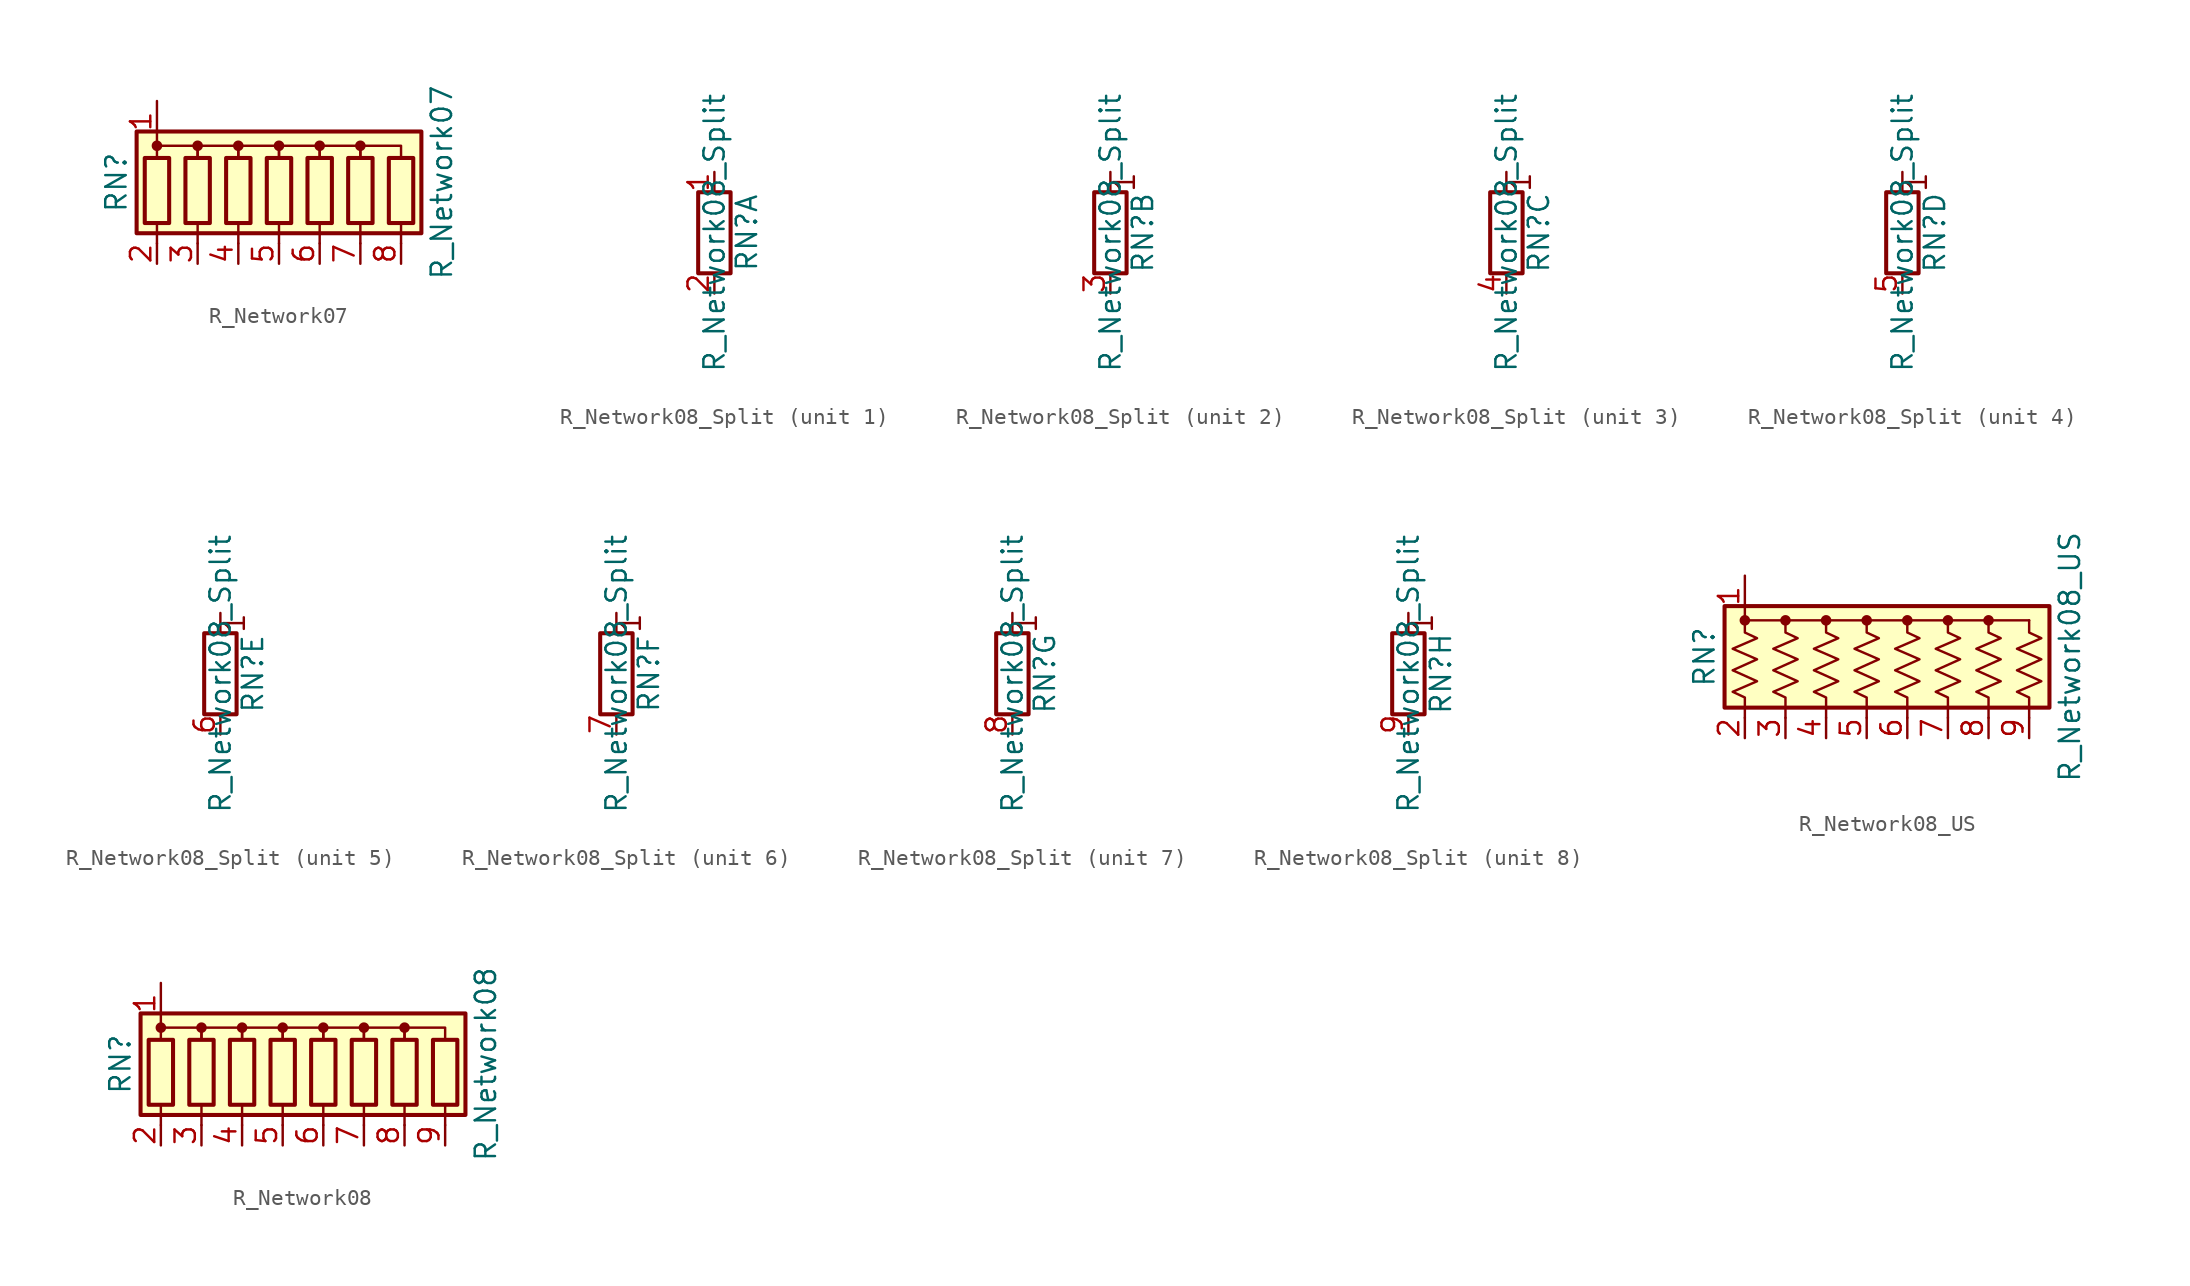
<source format=kicad_sym>
(kicad_symbol_lib
  (version 20241209)
  (generator "kicad_symbol_editor")
  (generator_version "9.0")
  (symbol "R_Network07"
    (pin_names
      (offset 0)
      (hide yes))
    (property "Reference" "RN"
      (at -10.16 0 90)
      (effects (font (size 1.27 1.27))))
    (property "Value" "R_Network07"
      (at 10.16 0 90)
      (effects (font (size 1.27 1.27))))
    (symbol "R_Network07_0_1"
      (rectangle (start -8.89 -3.175) (end 8.89 3.175) (stroke (width 0.254) (type solid)) (fill (type background)))
      (rectangle (start -8.382 1.524) (end -6.858 -2.54) (stroke (width 0.254) (type solid)) (fill (type none)))
      (circle (center -7.62 2.286) (radius 0.254) (stroke (width 0) (type solid)) (fill (type outline)))
      (polyline (pts (xy -7.62 1.524) (xy -7.62 2.286) (xy -5.08 2.286) (xy -5.08 1.524)) (stroke (width 0) (type solid)) (fill (type none)))
      (polyline (pts (xy -7.62 -2.54) (xy -7.62 -3.81)) (stroke (width 0) (type solid)) (fill (type none)))
      (rectangle (start -5.842 1.524) (end -4.318 -2.54) (stroke (width 0.254) (type solid)) (fill (type none)))
      (circle (center -5.08 2.286) (radius 0.254) (stroke (width 0) (type solid)) (fill (type outline)))
      (polyline (pts (xy -5.08 1.524) (xy -5.08 2.286) (xy -2.54 2.286) (xy -2.54 1.524)) (stroke (width 0) (type solid)) (fill (type none)))
      (polyline (pts (xy -5.08 -2.54) (xy -5.08 -3.81)) (stroke (width 0) (type solid)) (fill (type none)))
      (rectangle (start -3.302 1.524) (end -1.778 -2.54) (stroke (width 0.254) (type solid)) (fill (type none)))
      (circle (center -2.54 2.286) (radius 0.254) (stroke (width 0) (type solid)) (fill (type outline)))
      (polyline (pts (xy -2.54 1.524) (xy -2.54 2.286) (xy 0 2.286) (xy 0 1.524)) (stroke (width 0) (type solid)) (fill (type none)))
      (polyline (pts (xy -2.54 -2.54) (xy -2.54 -3.81)) (stroke (width 0) (type solid)) (fill (type none)))
      (rectangle (start -0.762 1.524) (end 0.762 -2.54) (stroke (width 0.254) (type solid)) (fill (type none)))
      (circle (center 0 2.286) (radius 0.254) (stroke (width 0) (type solid)) (fill (type outline)))
      (polyline (pts (xy 0 1.524) (xy 0 2.286) (xy 2.54 2.286) (xy 2.54 1.524)) (stroke (width 0) (type solid)) (fill (type none)))
      (polyline (pts (xy 0 -2.54) (xy 0 -3.81)) (stroke (width 0) (type solid)) (fill (type none)))
      (rectangle (start 1.778 1.524) (end 3.302 -2.54) (stroke (width 0.254) (type solid)) (fill (type none)))
      (circle (center 2.54 2.286) (radius 0.254) (stroke (width 0) (type solid)) (fill (type outline)))
      (polyline (pts (xy 2.54 1.524) (xy 2.54 2.286) (xy 5.08 2.286) (xy 5.08 1.524)) (stroke (width 0) (type solid)) (fill (type none)))
      (polyline (pts (xy 2.54 -2.54) (xy 2.54 -3.81)) (stroke (width 0) (type solid)) (fill (type none)))
      (rectangle (start 4.318 1.524) (end 5.842 -2.54) (stroke (width 0.254) (type solid)) (fill (type none)))
      (circle (center 5.08 2.286) (radius 0.254) (stroke (width 0) (type solid)) (fill (type outline)))
      (polyline (pts (xy 5.08 1.524) (xy 5.08 2.286) (xy 7.62 2.286) (xy 7.62 1.524)) (stroke (width 0) (type solid)) (fill (type none)))
      (polyline (pts (xy 5.08 -2.54) (xy 5.08 -3.81)) (stroke (width 0) (type solid)) (fill (type none)))
      (rectangle (start 6.858 1.524) (end 8.382 -2.54) (stroke (width 0.254) (type solid)) (fill (type none)))
      (polyline (pts (xy 7.62 -2.54) (xy 7.62 -3.81)) (stroke (width 0) (type solid)) (fill (type none))))
    (symbol "R_Network07_1_1"
      (pin passive line (at -7.62 5.08 270) (length 2.54) (name "common" (effects (font (size 1.27 1.27)))) (number "1" (effects (font (size 1.27 1.27)))))
      (pin passive line (at -7.62 -5.08 90) (length 1.27) (name "R1" (effects (font (size 1.27 1.27)))) (number "2" (effects (font (size 1.27 1.27)))))
      (pin passive line (at -5.08 -5.08 90) (length 1.27) (name "R2" (effects (font (size 1.27 1.27)))) (number "3" (effects (font (size 1.27 1.27)))))
      (pin passive line (at -2.54 -5.08 90) (length 1.27) (name "R3" (effects (font (size 1.27 1.27)))) (number "4" (effects (font (size 1.27 1.27)))))
      (pin passive line (at 0 -5.08 90) (length 1.27) (name "R4" (effects (font (size 1.27 1.27)))) (number "5" (effects (font (size 1.27 1.27)))))
      (pin passive line (at 2.54 -5.08 90) (length 1.27) (name "R5" (effects (font (size 1.27 1.27)))) (number "6" (effects (font (size 1.27 1.27)))))
      (pin passive line (at 5.08 -5.08 90) (length 1.27) (name "R6" (effects (font (size 1.27 1.27)))) (number "7" (effects (font (size 1.27 1.27)))))
      (pin passive line (at 7.62 -5.08 90) (length 1.27) (name "R7" (effects (font (size 1.27 1.27)))) (number "8" (effects (font (size 1.27 1.27)))))))
  (symbol "R_Network08_Split"
    (pin_names
      (offset 0)
      (hide yes))
    (property "Reference" "RN"
      (at 2.032 0 90)
      (effects (font (size 1.27 1.27))))
    (property "Value" "R_Network08_Split"
      (at 0 0 90)
      (effects (font (size 1.27 1.27))))
    (symbol "R_Network08_Split_0_1"
      (rectangle (start 1.016 2.54) (end -1.016 -2.54) (stroke (width 0.254) (type solid)) (fill (type none))))
    (symbol "R_Network08_Split_1_1"
      (pin passive line (at 0 3.81 270) (length 1.27) (name "R1.1" (effects (font (size 1.27 1.27)))) (number "1" (effects (font (size 1.27 1.27)))))
      (pin passive line (at 0 -3.81 90) (length 1.27) (name "R1.2" (effects (font (size 1.27 1.27)))) (number "2" (effects (font (size 1.27 1.27))))))
    (symbol "R_Network08_Split_2_1"
      (polyline (pts (xy 0 2.54) (xy 0 3.81)) (stroke (width 0) (type solid)) (fill (type none)))
      (text "1" (at 0.889 3.175 900) (effects (font (size 1.27 1.27))))
      (pin passive line (at 0 -3.81 90) (length 1.27) (name "R2.2" (effects (font (size 1.27 1.27)))) (number "3" (effects (font (size 1.27 1.27))))))
    (symbol "R_Network08_Split_3_1"
      (polyline (pts (xy 0 2.54) (xy 0 3.81)) (stroke (width 0) (type solid)) (fill (type none)))
      (text "1" (at 0.889 3.175 900) (effects (font (size 1.27 1.27))))
      (pin passive line (at 0 -3.81 90) (length 1.27) (name "R3.2" (effects (font (size 1.27 1.27)))) (number "4" (effects (font (size 1.27 1.27))))))
    (symbol "R_Network08_Split_4_1"
      (polyline (pts (xy 0 2.54) (xy 0 3.81)) (stroke (width 0) (type solid)) (fill (type none)))
      (text "1" (at 0.889 3.175 900) (effects (font (size 1.27 1.27))))
      (pin passive line (at 0 -3.81 90) (length 1.27) (name "R4.2" (effects (font (size 1.27 1.27)))) (number "5" (effects (font (size 1.27 1.27))))))
    (symbol "R_Network08_Split_5_1"
      (polyline (pts (xy 0 2.54) (xy 0 3.81)) (stroke (width 0) (type solid)) (fill (type none)))
      (text "1" (at 0.889 3.175 900) (effects (font (size 1.27 1.27))))
      (pin passive line (at 0 -3.81 90) (length 1.27) (name "R5.2" (effects (font (size 1.27 1.27)))) (number "6" (effects (font (size 1.27 1.27))))))
    (symbol "R_Network08_Split_6_1"
      (polyline (pts (xy 0 2.54) (xy 0 3.81)) (stroke (width 0) (type solid)) (fill (type none)))
      (text "1" (at 0.889 3.175 900) (effects (font (size 1.27 1.27))))
      (pin passive line (at 0 -3.81 90) (length 1.27) (name "R6.2" (effects (font (size 1.27 1.27)))) (number "7" (effects (font (size 1.27 1.27))))))
    (symbol "R_Network08_Split_7_1"
      (polyline (pts (xy 0 2.54) (xy 0 3.81)) (stroke (width 0) (type solid)) (fill (type none)))
      (text "1" (at 0.889 3.175 900) (effects (font (size 1.27 1.27))))
      (pin passive line (at 0 -3.81 90) (length 1.27) (name "R7.2" (effects (font (size 1.27 1.27)))) (number "8" (effects (font (size 1.27 1.27))))))
    (symbol "R_Network08_Split_8_1"
      (polyline (pts (xy 0 2.54) (xy 0 3.81)) (stroke (width 0) (type solid)) (fill (type none)))
      (text "1" (at 0.889 3.175 900) (effects (font (size 1.27 1.27))))
      (pin passive line (at 0 -3.81 90) (length 1.27) (name "R8.2" (effects (font (size 1.27 1.27)))) (number "9" (effects (font (size 1.27 1.27)))))))
  (symbol "R_Network08_US"
    (pin_names
      (offset 0)
      (hide yes))
    (property "Reference" "RN"
      (at -12.7 0 90)
      (effects (font (size 1.27 1.27))))
    (property "Value" "R_Network08_US"
      (at 10.16 0 90)
      (effects (font (size 1.27 1.27))))
    (symbol "R_Network08_US_0_1"
      (rectangle (start -11.43 -3.175) (end 8.89 3.175) (stroke (width 0.254) (type solid)) (fill (type background)))
      (circle (center -10.16 2.286) (radius 0.254) (stroke (width 0) (type solid)) (fill (type outline)))
      (polyline (pts (xy -10.16 2.286) (xy 7.62 2.286)) (stroke (width 0) (type solid)) (fill (type none)))
      (polyline (pts (xy -10.16 2.286) (xy -10.16 1.524) (xy -9.398 1.168) (xy -10.922 0.508) (xy -9.398 -0.152) (xy -10.922 -0.838) (xy -9.398 -1.524) (xy -10.922 -2.184) (xy -10.16 -2.54) (xy -10.16 -3.81)) (stroke (width 0) (type solid)) (fill (type none)))
      (circle (center -7.62 2.286) (radius 0.254) (stroke (width 0) (type solid)) (fill (type outline)))
      (polyline (pts (xy -7.62 2.286) (xy -7.62 1.524) (xy -6.858 1.168) (xy -8.382 0.508) (xy -6.858 -0.152) (xy -8.382 -0.838) (xy -6.858 -1.524) (xy -8.382 -2.184) (xy -7.62 -2.54) (xy -7.62 -3.81)) (stroke (width 0) (type solid)) (fill (type none)))
      (circle (center -5.08 2.286) (radius 0.254) (stroke (width 0) (type solid)) (fill (type outline)))
      (polyline (pts (xy -5.08 2.286) (xy -5.08 1.524) (xy -4.318 1.168) (xy -5.842 0.508) (xy -4.318 -0.152) (xy -5.842 -0.838) (xy -4.318 -1.524) (xy -5.842 -2.184) (xy -5.08 -2.54) (xy -5.08 -3.81)) (stroke (width 0) (type solid)) (fill (type none)))
      (circle (center -2.54 2.286) (radius 0.254) (stroke (width 0) (type solid)) (fill (type outline)))
      (polyline (pts (xy -2.54 2.286) (xy -2.54 1.524) (xy -1.778 1.168) (xy -3.302 0.508) (xy -1.778 -0.152) (xy -3.302 -0.838) (xy -1.778 -1.524) (xy -3.302 -2.184) (xy -2.54 -2.54) (xy -2.54 -3.81)) (stroke (width 0) (type solid)) (fill (type none)))
      (circle (center 0 2.286) (radius 0.254) (stroke (width 0) (type solid)) (fill (type outline)))
      (polyline (pts (xy 0 2.286) (xy 0 1.524) (xy 0.762 1.168) (xy -0.762 0.508) (xy 0.762 -0.152) (xy -0.762 -0.838) (xy 0.762 -1.524) (xy -0.762 -2.184) (xy 0 -2.54) (xy 0 -3.81)) (stroke (width 0) (type solid)) (fill (type none)))
      (polyline (pts (xy 2.54 2.286) (xy 2.54 1.524) (xy 3.302 1.168) (xy 1.778 0.508) (xy 3.302 -0.152) (xy 1.778 -0.838) (xy 3.302 -1.524) (xy 1.778 -2.184) (xy 2.54 -2.54) (xy 2.54 -3.81)) (stroke (width 0) (type solid)) (fill (type none)))
      (circle (center 2.54 2.286) (radius 0.254) (stroke (width 0) (type solid)) (fill (type outline)))
      (polyline (pts (xy 5.08 2.286) (xy 5.08 1.524) (xy 5.842 1.168) (xy 4.318 0.508) (xy 5.842 -0.152) (xy 4.318 -0.838) (xy 5.842 -1.524) (xy 4.318 -2.184) (xy 5.08 -2.54) (xy 5.08 -3.81)) (stroke (width 0) (type solid)) (fill (type none)))
      (circle (center 5.08 2.286) (radius 0.254) (stroke (width 0) (type solid)) (fill (type outline)))
      (polyline (pts (xy 7.62 2.286) (xy 7.62 1.524) (xy 8.382 1.168) (xy 6.858 0.508) (xy 8.382 -0.152) (xy 6.858 -0.838) (xy 8.382 -1.524) (xy 6.858 -2.184) (xy 7.62 -2.54) (xy 7.62 -3.81)) (stroke (width 0) (type solid)) (fill (type none))))
    (symbol "R_Network08_US_1_1"
      (pin passive line (at -10.16 5.08 270) (length 2.54) (name "common" (effects (font (size 1.27 1.27)))) (number "1" (effects (font (size 1.27 1.27)))))
      (pin passive line (at -10.16 -5.08 90) (length 1.27) (name "R1" (effects (font (size 1.27 1.27)))) (number "2" (effects (font (size 1.27 1.27)))))
      (pin passive line (at -7.62 -5.08 90) (length 1.27) (name "R2" (effects (font (size 1.27 1.27)))) (number "3" (effects (font (size 1.27 1.27)))))
      (pin passive line (at -5.08 -5.08 90) (length 1.27) (name "R3" (effects (font (size 1.27 1.27)))) (number "4" (effects (font (size 1.27 1.27)))))
      (pin passive line (at -2.54 -5.08 90) (length 1.27) (name "R4" (effects (font (size 1.27 1.27)))) (number "5" (effects (font (size 1.27 1.27)))))
      (pin passive line (at 0 -5.08 90) (length 1.27) (name "R5" (effects (font (size 1.27 1.27)))) (number "6" (effects (font (size 1.27 1.27)))))
      (pin passive line (at 2.54 -5.08 90) (length 1.27) (name "R6" (effects (font (size 1.27 1.27)))) (number "7" (effects (font (size 1.27 1.27)))))
      (pin passive line (at 5.08 -5.08 90) (length 1.27) (name "R7" (effects (font (size 1.27 1.27)))) (number "8" (effects (font (size 1.27 1.27)))))
      (pin passive line (at 7.62 -5.08 90) (length 1.27) (name "R8" (effects (font (size 1.27 1.27)))) (number "9" (effects (font (size 1.27 1.27)))))))
  (symbol "R_Network08"
    (pin_names
      (offset 0)
      (hide yes))
    (property "Reference" "RN"
      (at -12.7 0 90)
      (effects (font (size 1.27 1.27))))
    (property "Value" "R_Network08"
      (at 10.16 0 90)
      (effects (font (size 1.27 1.27))))
    (symbol "R_Network08_0_1"
      (rectangle (start -11.43 -3.175) (end 8.89 3.175) (stroke (width 0.254) (type solid)) (fill (type background)))
      (rectangle (start -10.922 1.524) (end -9.398 -2.54) (stroke (width 0.254) (type solid)) (fill (type none)))
      (circle (center -10.16 2.286) (radius 0.254) (stroke (width 0) (type solid)) (fill (type outline)))
      (polyline (pts (xy -10.16 1.524) (xy -10.16 2.286) (xy -7.62 2.286) (xy -7.62 1.524)) (stroke (width 0) (type solid)) (fill (type none)))
      (polyline (pts (xy -10.16 -2.54) (xy -10.16 -3.81)) (stroke (width 0) (type solid)) (fill (type none)))
      (rectangle (start -8.382 1.524) (end -6.858 -2.54) (stroke (width 0.254) (type solid)) (fill (type none)))
      (circle (center -7.62 2.286) (radius 0.254) (stroke (width 0) (type solid)) (fill (type outline)))
      (polyline (pts (xy -7.62 1.524) (xy -7.62 2.286) (xy -5.08 2.286) (xy -5.08 1.524)) (stroke (width 0) (type solid)) (fill (type none)))
      (polyline (pts (xy -7.62 -2.54) (xy -7.62 -3.81)) (stroke (width 0) (type solid)) (fill (type none)))
      (rectangle (start -5.842 1.524) (end -4.318 -2.54) (stroke (width 0.254) (type solid)) (fill (type none)))
      (circle (center -5.08 2.286) (radius 0.254) (stroke (width 0) (type solid)) (fill (type outline)))
      (polyline (pts (xy -5.08 1.524) (xy -5.08 2.286) (xy -2.54 2.286) (xy -2.54 1.524)) (stroke (width 0) (type solid)) (fill (type none)))
      (polyline (pts (xy -5.08 -2.54) (xy -5.08 -3.81)) (stroke (width 0) (type solid)) (fill (type none)))
      (rectangle (start -3.302 1.524) (end -1.778 -2.54) (stroke (width 0.254) (type solid)) (fill (type none)))
      (circle (center -2.54 2.286) (radius 0.254) (stroke (width 0) (type solid)) (fill (type outline)))
      (polyline (pts (xy -2.54 1.524) (xy -2.54 2.286) (xy 0 2.286) (xy 0 1.524)) (stroke (width 0) (type solid)) (fill (type none)))
      (polyline (pts (xy -2.54 -2.54) (xy -2.54 -3.81)) (stroke (width 0) (type solid)) (fill (type none)))
      (rectangle (start -0.762 1.524) (end 0.762 -2.54) (stroke (width 0.254) (type solid)) (fill (type none)))
      (circle (center 0 2.286) (radius 0.254) (stroke (width 0) (type solid)) (fill (type outline)))
      (polyline (pts (xy 0 1.524) (xy 0 2.286) (xy 2.54 2.286) (xy 2.54 1.524)) (stroke (width 0) (type solid)) (fill (type none)))
      (polyline (pts (xy 0 -2.54) (xy 0 -3.81)) (stroke (width 0) (type solid)) (fill (type none)))
      (rectangle (start 1.778 1.524) (end 3.302 -2.54) (stroke (width 0.254) (type solid)) (fill (type none)))
      (circle (center 2.54 2.286) (radius 0.254) (stroke (width 0) (type solid)) (fill (type outline)))
      (polyline (pts (xy 2.54 1.524) (xy 2.54 2.286) (xy 5.08 2.286) (xy 5.08 1.524)) (stroke (width 0) (type solid)) (fill (type none)))
      (polyline (pts (xy 2.54 -2.54) (xy 2.54 -3.81)) (stroke (width 0) (type solid)) (fill (type none)))
      (rectangle (start 4.318 1.524) (end 5.842 -2.54) (stroke (width 0.254) (type solid)) (fill (type none)))
      (circle (center 5.08 2.286) (radius 0.254) (stroke (width 0) (type solid)) (fill (type outline)))
      (polyline (pts (xy 5.08 1.524) (xy 5.08 2.286) (xy 7.62 2.286) (xy 7.62 1.524)) (stroke (width 0) (type solid)) (fill (type none)))
      (polyline (pts (xy 5.08 -2.54) (xy 5.08 -3.81)) (stroke (width 0) (type solid)) (fill (type none)))
      (rectangle (start 6.858 1.524) (end 8.382 -2.54) (stroke (width 0.254) (type solid)) (fill (type none)))
      (polyline (pts (xy 7.62 -2.54) (xy 7.62 -3.81)) (stroke (width 0) (type solid)) (fill (type none))))
    (symbol "R_Network08_1_1"
      (pin passive line (at -10.16 5.08 270) (length 2.54) (name "common" (effects (font (size 1.27 1.27)))) (number "1" (effects (font (size 1.27 1.27)))))
      (pin passive line (at -10.16 -5.08 90) (length 1.27) (name "R1" (effects (font (size 1.27 1.27)))) (number "2" (effects (font (size 1.27 1.27)))))
      (pin passive line (at -7.62 -5.08 90) (length 1.27) (name "R2" (effects (font (size 1.27 1.27)))) (number "3" (effects (font (size 1.27 1.27)))))
      (pin passive line (at -5.08 -5.08 90) (length 1.27) (name "R3" (effects (font (size 1.27 1.27)))) (number "4" (effects (font (size 1.27 1.27)))))
      (pin passive line (at -2.54 -5.08 90) (length 1.27) (name "R4" (effects (font (size 1.27 1.27)))) (number "5" (effects (font (size 1.27 1.27)))))
      (pin passive line (at 0 -5.08 90) (length 1.27) (name "R5" (effects (font (size 1.27 1.27)))) (number "6" (effects (font (size 1.27 1.27)))))
      (pin passive line (at 2.54 -5.08 90) (length 1.27) (name "R6" (effects (font (size 1.27 1.27)))) (number "7" (effects (font (size 1.27 1.27)))))
      (pin passive line (at 5.08 -5.08 90) (length 1.27) (name "R7" (effects (font (size 1.27 1.27)))) (number "8" (effects (font (size 1.27 1.27)))))
      (pin passive line (at 7.62 -5.08 90) (length 1.27) (name "R8" (effects (font (size 1.27 1.27)))) (number "9" (effects (font (size 1.27 1.27))))))))
</source>
